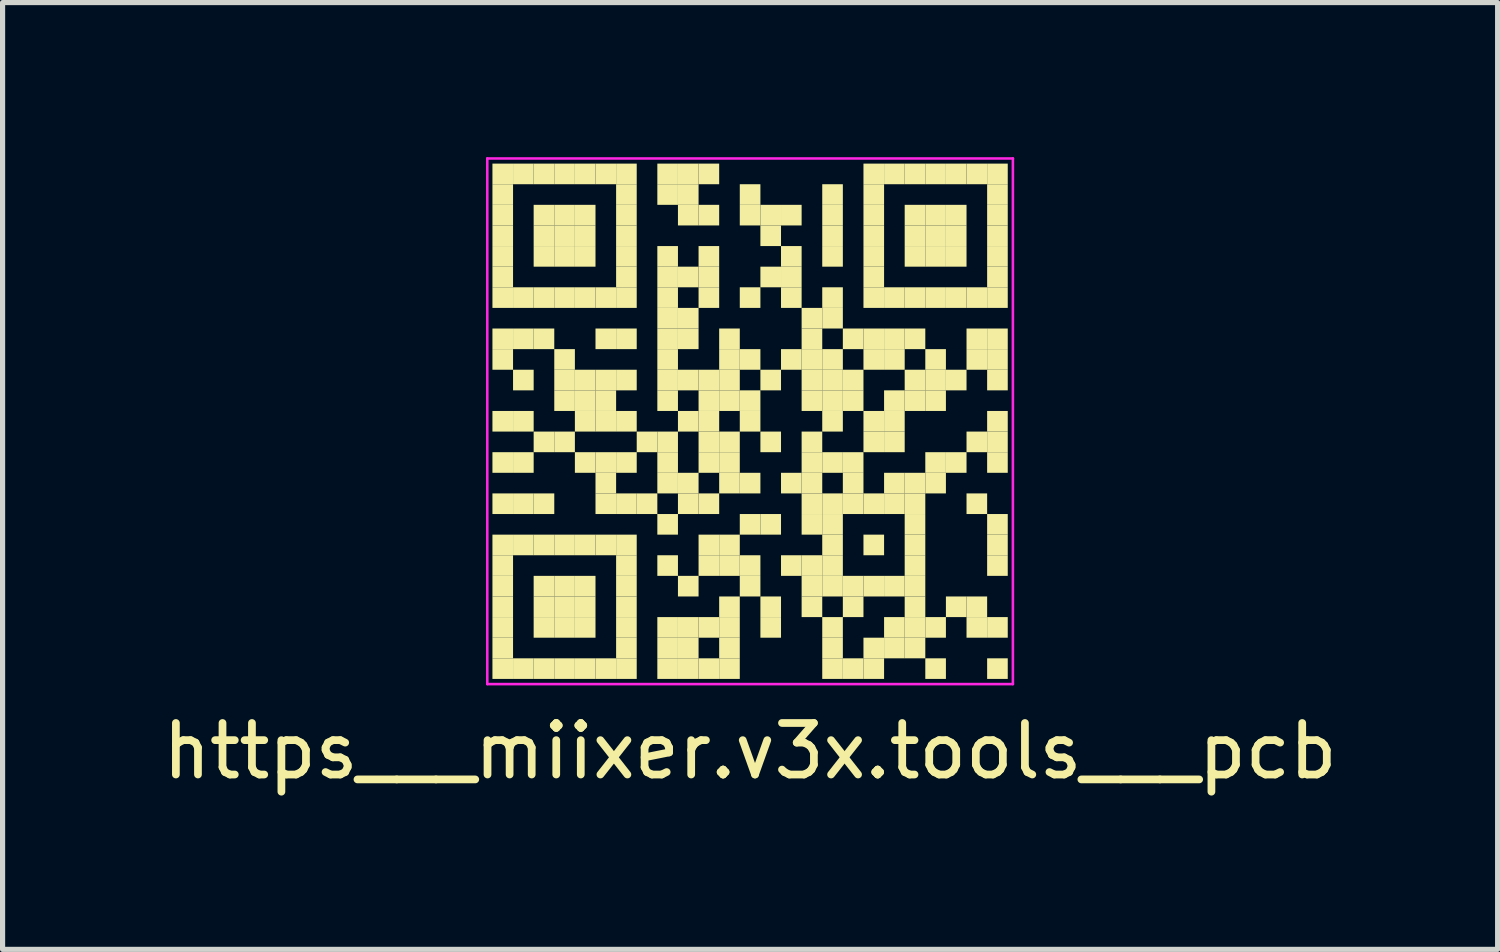
<source format=kicad_pcb>
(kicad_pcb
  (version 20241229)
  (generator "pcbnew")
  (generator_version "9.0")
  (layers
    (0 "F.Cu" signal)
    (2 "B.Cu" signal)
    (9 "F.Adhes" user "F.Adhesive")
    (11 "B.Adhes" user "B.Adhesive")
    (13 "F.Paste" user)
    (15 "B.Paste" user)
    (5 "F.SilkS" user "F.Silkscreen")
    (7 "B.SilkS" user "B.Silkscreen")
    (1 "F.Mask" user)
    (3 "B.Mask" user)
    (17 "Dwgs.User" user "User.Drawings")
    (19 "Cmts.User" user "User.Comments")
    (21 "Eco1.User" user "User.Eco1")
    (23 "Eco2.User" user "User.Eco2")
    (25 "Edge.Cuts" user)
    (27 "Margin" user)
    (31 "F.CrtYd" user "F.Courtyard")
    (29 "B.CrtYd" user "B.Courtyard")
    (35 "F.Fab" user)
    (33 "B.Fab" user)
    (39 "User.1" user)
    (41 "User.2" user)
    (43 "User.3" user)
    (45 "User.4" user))
  (footprint "https___miixer.v3x.tools___pcb"
    (layer "F.Cu")
    (at 11.506 5.125)
    (property "Reference" "https___miixer.v3x.tools___pcb" (at 0 6.4 0) (layer "F.SilkS") (effects (font (size 1 1) (thickness 0.15))))
    (fp_rect (start -5 -5) (end -4.6 -4.6) (stroke (width 0) (type default)) (fill yes) (layer "F.SilkS"))
    (fp_rect (start -5 -4.6) (end -4.6 -4.2) (stroke (width 0) (type default)) (fill yes) (layer "F.SilkS"))
    (fp_rect (start -5 -4.2) (end -4.6 -3.8) (stroke (width 0) (type default)) (fill yes) (layer "F.SilkS"))
    (fp_rect (start -5 -3.8) (end -4.6 -3.4) (stroke (width 0) (type default)) (fill yes) (layer "F.SilkS"))
    (fp_rect (start -5 -3.4) (end -4.6 -3) (stroke (width 0) (type default)) (fill yes) (layer "F.SilkS"))
    (fp_rect (start -5 -3) (end -4.6 -2.6) (stroke (width 0) (type default)) (fill yes) (layer "F.SilkS"))
    (fp_rect (start -5 -2.6) (end -4.6 -2.2) (stroke (width 0) (type default)) (fill yes) (layer "F.SilkS"))
    (fp_rect (start -5 -1.8) (end -4.6 -1.4) (stroke (width 0) (type default)) (fill yes) (layer "F.SilkS"))
    (fp_rect (start -5 -1.4) (end -4.6 -1) (stroke (width 0) (type default)) (fill yes) (layer "F.SilkS"))
    (fp_rect (start -5 -0.2) (end -4.6 0.2) (stroke (width 0) (type default)) (fill yes) (layer "F.SilkS"))
    (fp_rect (start -5 0.6) (end -4.6 1) (stroke (width 0) (type default)) (fill yes) (layer "F.SilkS"))
    (fp_rect (start -5 1.4) (end -4.6 1.8) (stroke (width 0) (type default)) (fill yes) (layer "F.SilkS"))
    (fp_rect (start -5 2.2) (end -4.6 2.6) (stroke (width 0) (type default)) (fill yes) (layer "F.SilkS"))
    (fp_rect (start -5 2.6) (end -4.6 3) (stroke (width 0) (type default)) (fill yes) (layer "F.SilkS"))
    (fp_rect (start -5 3) (end -4.6 3.4) (stroke (width 0) (type default)) (fill yes) (layer "F.SilkS"))
    (fp_rect (start -5 3.4) (end -4.6 3.8) (stroke (width 0) (type default)) (fill yes) (layer "F.SilkS"))
    (fp_rect (start -5 3.8) (end -4.6 4.2) (stroke (width 0) (type default)) (fill yes) (layer "F.SilkS"))
    (fp_rect (start -5 4.2) (end -4.6 4.6) (stroke (width 0) (type default)) (fill yes) (layer "F.SilkS"))
    (fp_rect (start -5 4.6) (end -4.6 5) (stroke (width 0) (type default)) (fill yes) (layer "F.SilkS"))
    (fp_rect (start -4.6 -5) (end -4.2 -4.6) (stroke (width 0) (type default)) (fill yes) (layer "F.SilkS"))
    (fp_rect (start -4.6 -2.6) (end -4.2 -2.2) (stroke (width 0) (type default)) (fill yes) (layer "F.SilkS"))
    (fp_rect (start -4.6 -1.8) (end -4.2 -1.4) (stroke (width 0) (type default)) (fill yes) (layer "F.SilkS"))
    (fp_rect (start -4.6 -1) (end -4.2 -0.6) (stroke (width 0) (type default)) (fill yes) (layer "F.SilkS"))
    (fp_rect (start -4.6 -0.2) (end -4.2 0.2) (stroke (width 0) (type default)) (fill yes) (layer "F.SilkS"))
    (fp_rect (start -4.6 0.6) (end -4.2 1) (stroke (width 0) (type default)) (fill yes) (layer "F.SilkS"))
    (fp_rect (start -4.6 1.4) (end -4.2 1.8) (stroke (width 0) (type default)) (fill yes) (layer "F.SilkS"))
    (fp_rect (start -4.6 2.2) (end -4.2 2.6) (stroke (width 0) (type default)) (fill yes) (layer "F.SilkS"))
    (fp_rect (start -4.6 4.6) (end -4.2 5) (stroke (width 0) (type default)) (fill yes) (layer "F.SilkS"))
    (fp_rect (start -4.2 -5) (end -3.8 -4.6) (stroke (width 0) (type default)) (fill yes) (layer "F.SilkS"))
    (fp_rect (start -4.2 -4.2) (end -3.8 -3.8) (stroke (width 0) (type default)) (fill yes) (layer "F.SilkS"))
    (fp_rect (start -4.2 -3.8) (end -3.8 -3.4) (stroke (width 0) (type default)) (fill yes) (layer "F.SilkS"))
    (fp_rect (start -4.2 -3.4) (end -3.8 -3) (stroke (width 0) (type default)) (fill yes) (layer "F.SilkS"))
    (fp_rect (start -4.2 -2.6) (end -3.8 -2.2) (stroke (width 0) (type default)) (fill yes) (layer "F.SilkS"))
    (fp_rect (start -4.2 -1.8) (end -3.8 -1.4) (stroke (width 0) (type default)) (fill yes) (layer "F.SilkS"))
    (fp_rect (start -4.2 0.2) (end -3.8 0.6) (stroke (width 0) (type default)) (fill yes) (layer "F.SilkS"))
    (fp_rect (start -4.2 1.4) (end -3.8 1.8) (stroke (width 0) (type default)) (fill yes) (layer "F.SilkS"))
    (fp_rect (start -4.2 2.2) (end -3.8 2.6) (stroke (width 0) (type default)) (fill yes) (layer "F.SilkS"))
    (fp_rect (start -4.2 3) (end -3.8 3.4) (stroke (width 0) (type default)) (fill yes) (layer "F.SilkS"))
    (fp_rect (start -4.2 3.4) (end -3.8 3.8) (stroke (width 0) (type default)) (fill yes) (layer "F.SilkS"))
    (fp_rect (start -4.2 3.8) (end -3.8 4.2) (stroke (width 0) (type default)) (fill yes) (layer "F.SilkS"))
    (fp_rect (start -4.2 4.6) (end -3.8 5) (stroke (width 0) (type default)) (fill yes) (layer "F.SilkS"))
    (fp_rect (start -3.8 -5) (end -3.4 -4.6) (stroke (width 0) (type default)) (fill yes) (layer "F.SilkS"))
    (fp_rect (start -3.8 -4.2) (end -3.4 -3.8) (stroke (width 0) (type default)) (fill yes) (layer "F.SilkS"))
    (fp_rect (start -3.8 -3.8) (end -3.4 -3.4) (stroke (width 0) (type default)) (fill yes) (layer "F.SilkS"))
    (fp_rect (start -3.8 -3.4) (end -3.4 -3) (stroke (width 0) (type default)) (fill yes) (layer "F.SilkS"))
    (fp_rect (start -3.8 -2.6) (end -3.4 -2.2) (stroke (width 0) (type default)) (fill yes) (layer "F.SilkS"))
    (fp_rect (start -3.8 -1.4) (end -3.4 -1) (stroke (width 0) (type default)) (fill yes) (layer "F.SilkS"))
    (fp_rect (start -3.8 -1) (end -3.4 -0.6) (stroke (width 0) (type default)) (fill yes) (layer "F.SilkS"))
    (fp_rect (start -3.8 -0.6) (end -3.4 -0.2) (stroke (width 0) (type default)) (fill yes) (layer "F.SilkS"))
    (fp_rect (start -3.8 0.2) (end -3.4 0.6) (stroke (width 0) (type default)) (fill yes) (layer "F.SilkS"))
    (fp_rect (start -3.8 2.2) (end -3.4 2.6) (stroke (width 0) (type default)) (fill yes) (layer "F.SilkS"))
    (fp_rect (start -3.8 3) (end -3.4 3.4) (stroke (width 0) (type default)) (fill yes) (layer "F.SilkS"))
    (fp_rect (start -3.8 3.4) (end -3.4 3.8) (stroke (width 0) (type default)) (fill yes) (layer "F.SilkS"))
    (fp_rect (start -3.8 3.8) (end -3.4 4.2) (stroke (width 0) (type default)) (fill yes) (layer "F.SilkS"))
    (fp_rect (start -3.8 4.6) (end -3.4 5) (stroke (width 0) (type default)) (fill yes) (layer "F.SilkS"))
    (fp_rect (start -3.4 -5) (end -3 -4.6) (stroke (width 0) (type default)) (fill yes) (layer "F.SilkS"))
    (fp_rect (start -3.4 -4.2) (end -3 -3.8) (stroke (width 0) (type default)) (fill yes) (layer "F.SilkS"))
    (fp_rect (start -3.4 -3.8) (end -3 -3.4) (stroke (width 0) (type default)) (fill yes) (layer "F.SilkS"))
    (fp_rect (start -3.4 -3.4) (end -3 -3) (stroke (width 0) (type default)) (fill yes) (layer "F.SilkS"))
    (fp_rect (start -3.4 -2.6) (end -3 -2.2) (stroke (width 0) (type default)) (fill yes) (layer "F.SilkS"))
    (fp_rect (start -3.4 -1) (end -3 -0.6) (stroke (width 0) (type default)) (fill yes) (layer "F.SilkS"))
    (fp_rect (start -3.4 -0.6) (end -3 -0.2) (stroke (width 0) (type default)) (fill yes) (layer "F.SilkS"))
    (fp_rect (start -3.4 -0.2) (end -3 0.2) (stroke (width 0) (type default)) (fill yes) (layer "F.SilkS"))
    (fp_rect (start -3.4 0.6) (end -3 1) (stroke (width 0) (type default)) (fill yes) (layer "F.SilkS"))
    (fp_rect (start -3.4 2.2) (end -3 2.6) (stroke (width 0) (type default)) (fill yes) (layer "F.SilkS"))
    (fp_rect (start -3.4 3) (end -3 3.4) (stroke (width 0) (type default)) (fill yes) (layer "F.SilkS"))
    (fp_rect (start -3.4 3.4) (end -3 3.8) (stroke (width 0) (type default)) (fill yes) (layer "F.SilkS"))
    (fp_rect (start -3.4 3.8) (end -3 4.2) (stroke (width 0) (type default)) (fill yes) (layer "F.SilkS"))
    (fp_rect (start -3.4 4.6) (end -3 5) (stroke (width 0) (type default)) (fill yes) (layer "F.SilkS"))
    (fp_rect (start -3 -5) (end -2.6 -4.6) (stroke (width 0) (type default)) (fill yes) (layer "F.SilkS"))
    (fp_rect (start -3 -2.6) (end -2.6 -2.2) (stroke (width 0) (type default)) (fill yes) (layer "F.SilkS"))
    (fp_rect (start -3 -1.8) (end -2.6 -1.4) (stroke (width 0) (type default)) (fill yes) (layer "F.SilkS"))
    (fp_rect (start -3 -1) (end -2.6 -0.6) (stroke (width 0) (type default)) (fill yes) (layer "F.SilkS"))
    (fp_rect (start -3 -0.6) (end -2.6 -0.2) (stroke (width 0) (type default)) (fill yes) (layer "F.SilkS"))
    (fp_rect (start -3 -0.2) (end -2.6 0.2) (stroke (width 0) (type default)) (fill yes) (layer "F.SilkS"))
    (fp_rect (start -3 0.6) (end -2.6 1) (stroke (width 0) (type default)) (fill yes) (layer "F.SilkS"))
    (fp_rect (start -3 1) (end -2.6 1.4) (stroke (width 0) (type default)) (fill yes) (layer "F.SilkS"))
    (fp_rect (start -3 1.4) (end -2.6 1.8) (stroke (width 0) (type default)) (fill yes) (layer "F.SilkS"))
    (fp_rect (start -3 2.2) (end -2.6 2.6) (stroke (width 0) (type default)) (fill yes) (layer "F.SilkS"))
    (fp_rect (start -3 4.6) (end -2.6 5) (stroke (width 0) (type default)) (fill yes) (layer "F.SilkS"))
    (fp_rect (start -2.6 -5) (end -2.2 -4.6) (stroke (width 0) (type default)) (fill yes) (layer "F.SilkS"))
    (fp_rect (start -2.6 -4.6) (end -2.2 -4.2) (stroke (width 0) (type default)) (fill yes) (layer "F.SilkS"))
    (fp_rect (start -2.6 -4.2) (end -2.2 -3.8) (stroke (width 0) (type default)) (fill yes) (layer "F.SilkS"))
    (fp_rect (start -2.6 -3.8) (end -2.2 -3.4) (stroke (width 0) (type default)) (fill yes) (layer "F.SilkS"))
    (fp_rect (start -2.6 -3.4) (end -2.2 -3) (stroke (width 0) (type default)) (fill yes) (layer "F.SilkS"))
    (fp_rect (start -2.6 -3) (end -2.2 -2.6) (stroke (width 0) (type default)) (fill yes) (layer "F.SilkS"))
    (fp_rect (start -2.6 -2.6) (end -2.2 -2.2) (stroke (width 0) (type default)) (fill yes) (layer "F.SilkS"))
    (fp_rect (start -2.6 -1.8) (end -2.2 -1.4) (stroke (width 0) (type default)) (fill yes) (layer "F.SilkS"))
    (fp_rect (start -2.6 -1) (end -2.2 -0.6) (stroke (width 0) (type default)) (fill yes) (layer "F.SilkS"))
    (fp_rect (start -2.6 -0.2) (end -2.2 0.2) (stroke (width 0) (type default)) (fill yes) (layer "F.SilkS"))
    (fp_rect (start -2.6 0.6) (end -2.2 1) (stroke (width 0) (type default)) (fill yes) (layer "F.SilkS"))
    (fp_rect (start -2.6 1.4) (end -2.2 1.8) (stroke (width 0) (type default)) (fill yes) (layer "F.SilkS"))
    (fp_rect (start -2.6 2.2) (end -2.2 2.6) (stroke (width 0) (type default)) (fill yes) (layer "F.SilkS"))
    (fp_rect (start -2.6 2.6) (end -2.2 3) (stroke (width 0) (type default)) (fill yes) (layer "F.SilkS"))
    (fp_rect (start -2.6 3) (end -2.2 3.4) (stroke (width 0) (type default)) (fill yes) (layer "F.SilkS"))
    (fp_rect (start -2.6 3.4) (end -2.2 3.8) (stroke (width 0) (type default)) (fill yes) (layer "F.SilkS"))
    (fp_rect (start -2.6 3.8) (end -2.2 4.2) (stroke (width 0) (type default)) (fill yes) (layer "F.SilkS"))
    (fp_rect (start -2.6 4.2) (end -2.2 4.6) (stroke (width 0) (type default)) (fill yes) (layer "F.SilkS"))
    (fp_rect (start -2.6 4.6) (end -2.2 5) (stroke (width 0) (type default)) (fill yes) (layer "F.SilkS"))
    (fp_rect (start -2.2 0.2) (end -1.8 0.6) (stroke (width 0) (type default)) (fill yes) (layer "F.SilkS"))
    (fp_rect (start -2.2 1.4) (end -1.8 1.8) (stroke (width 0) (type default)) (fill yes) (layer "F.SilkS"))
    (fp_rect (start -1.8 -5) (end -1.4 -4.6) (stroke (width 0) (type default)) (fill yes) (layer "F.SilkS"))
    (fp_rect (start -1.8 -4.6) (end -1.4 -4.2) (stroke (width 0) (type default)) (fill yes) (layer "F.SilkS"))
    (fp_rect (start -1.8 -3.4) (end -1.4 -3) (stroke (width 0) (type default)) (fill yes) (layer "F.SilkS"))
    (fp_rect (start -1.8 -3) (end -1.4 -2.6) (stroke (width 0) (type default)) (fill yes) (layer "F.SilkS"))
    (fp_rect (start -1.8 -2.6) (end -1.4 -2.2) (stroke (width 0) (type default)) (fill yes) (layer "F.SilkS"))
    (fp_rect (start -1.8 -2.2) (end -1.4 -1.8) (stroke (width 0) (type default)) (fill yes) (layer "F.SilkS"))
    (fp_rect (start -1.8 -1.8) (end -1.4 -1.4) (stroke (width 0) (type default)) (fill yes) (layer "F.SilkS"))
    (fp_rect (start -1.8 -1.4) (end -1.4 -1) (stroke (width 0) (type default)) (fill yes) (layer "F.SilkS"))
    (fp_rect (start -1.8 -1) (end -1.4 -0.6) (stroke (width 0) (type default)) (fill yes) (layer "F.SilkS"))
    (fp_rect (start -1.8 -0.6) (end -1.4 -0.2) (stroke (width 0) (type default)) (fill yes) (layer "F.SilkS"))
    (fp_rect (start -1.8 0.2) (end -1.4 0.6) (stroke (width 0) (type default)) (fill yes) (layer "F.SilkS"))
    (fp_rect (start -1.8 0.6) (end -1.4 1) (stroke (width 0) (type default)) (fill yes) (layer "F.SilkS"))
    (fp_rect (start -1.8 1) (end -1.4 1.4) (stroke (width 0) (type default)) (fill yes) (layer "F.SilkS"))
    (fp_rect (start -1.8 1.8) (end -1.4 2.2) (stroke (width 0) (type default)) (fill yes) (layer "F.SilkS"))
    (fp_rect (start -1.8 2.6) (end -1.4 3) (stroke (width 0) (type default)) (fill yes) (layer "F.SilkS"))
    (fp_rect (start -1.8 3.8) (end -1.4 4.2) (stroke (width 0) (type default)) (fill yes) (layer "F.SilkS"))
    (fp_rect (start -1.8 4.2) (end -1.4 4.6) (stroke (width 0) (type default)) (fill yes) (layer "F.SilkS"))
    (fp_rect (start -1.8 4.6) (end -1.4 5) (stroke (width 0) (type default)) (fill yes) (layer "F.SilkS"))
    (fp_rect (start -1.4 -5) (end -1 -4.6) (stroke (width 0) (type default)) (fill yes) (layer "F.SilkS"))
    (fp_rect (start -1.4 -4.6) (end -1 -4.2) (stroke (width 0) (type default)) (fill yes) (layer "F.SilkS"))
    (fp_rect (start -1.4 -4.2) (end -1 -3.8) (stroke (width 0) (type default)) (fill yes) (layer "F.SilkS"))
    (fp_rect (start -1.4 -3) (end -1 -2.6) (stroke (width 0) (type default)) (fill yes) (layer "F.SilkS"))
    (fp_rect (start -1.4 -2.2) (end -1 -1.8) (stroke (width 0) (type default)) (fill yes) (layer "F.SilkS"))
    (fp_rect (start -1.4 -1.8) (end -1 -1.4) (stroke (width 0) (type default)) (fill yes) (layer "F.SilkS"))
    (fp_rect (start -1.4 -1) (end -1 -0.6) (stroke (width 0) (type default)) (fill yes) (layer "F.SilkS"))
    (fp_rect (start -1.4 -0.2) (end -1 0.2) (stroke (width 0) (type default)) (fill yes) (layer "F.SilkS"))
    (fp_rect (start -1.4 1) (end -1 1.4) (stroke (width 0) (type default)) (fill yes) (layer "F.SilkS"))
    (fp_rect (start -1.4 1.4) (end -1 1.8) (stroke (width 0) (type default)) (fill yes) (layer "F.SilkS"))
    (fp_rect (start -1.4 3) (end -1 3.4) (stroke (width 0) (type default)) (fill yes) (layer "F.SilkS"))
    (fp_rect (start -1.4 3.8) (end -1 4.2) (stroke (width 0) (type default)) (fill yes) (layer "F.SilkS"))
    (fp_rect (start -1.4 4.2) (end -1 4.6) (stroke (width 0) (type default)) (fill yes) (layer "F.SilkS"))
    (fp_rect (start -1.4 4.6) (end -1 5) (stroke (width 0) (type default)) (fill yes) (layer "F.SilkS"))
    (fp_rect (start -1 -5) (end -0.6 -4.6) (stroke (width 0) (type default)) (fill yes) (layer "F.SilkS"))
    (fp_rect (start -1 -4.2) (end -0.6 -3.8) (stroke (width 0) (type default)) (fill yes) (layer "F.SilkS"))
    (fp_rect (start -1 -3.4) (end -0.6 -3) (stroke (width 0) (type default)) (fill yes) (layer "F.SilkS"))
    (fp_rect (start -1 -3) (end -0.6 -2.6) (stroke (width 0) (type default)) (fill yes) (layer "F.SilkS"))
    (fp_rect (start -1 -2.6) (end -0.6 -2.2) (stroke (width 0) (type default)) (fill yes) (layer "F.SilkS"))
    (fp_rect (start -1 -1) (end -0.6 -0.6) (stroke (width 0) (type default)) (fill yes) (layer "F.SilkS"))
    (fp_rect (start -1 -0.6) (end -0.6 -0.2) (stroke (width 0) (type default)) (fill yes) (layer "F.SilkS"))
    (fp_rect (start -1 -0.2) (end -0.6 0.2) (stroke (width 0) (type default)) (fill yes) (layer "F.SilkS"))
    (fp_rect (start -1 0.2) (end -0.6 0.6) (stroke (width 0) (type default)) (fill yes) (layer "F.SilkS"))
    (fp_rect (start -1 0.6) (end -0.6 1) (stroke (width 0) (type default)) (fill yes) (layer "F.SilkS"))
    (fp_rect (start -1 1.4) (end -0.6 1.8) (stroke (width 0) (type default)) (fill yes) (layer "F.SilkS"))
    (fp_rect (start -1 2.2) (end -0.6 2.6) (stroke (width 0) (type default)) (fill yes) (layer "F.SilkS"))
    (fp_rect (start -1 2.6) (end -0.6 3) (stroke (width 0) (type default)) (fill yes) (layer "F.SilkS"))
    (fp_rect (start -1 3.8) (end -0.6 4.2) (stroke (width 0) (type default)) (fill yes) (layer "F.SilkS"))
    (fp_rect (start -1 4.6) (end -0.6 5) (stroke (width 0) (type default)) (fill yes) (layer "F.SilkS"))
    (fp_rect (start -0.6 -1.8) (end -0.2 -1.4) (stroke (width 0) (type default)) (fill yes) (layer "F.SilkS"))
    (fp_rect (start -0.6 -1.4) (end -0.2 -1) (stroke (width 0) (type default)) (fill yes) (layer "F.SilkS"))
    (fp_rect (start -0.6 -1) (end -0.2 -0.6) (stroke (width 0) (type default)) (fill yes) (layer "F.SilkS"))
    (fp_rect (start -0.6 -0.6) (end -0.2 -0.2) (stroke (width 0) (type default)) (fill yes) (layer "F.SilkS"))
    (fp_rect (start -0.6 0.2) (end -0.2 0.6) (stroke (width 0) (type default)) (fill yes) (layer "F.SilkS"))
    (fp_rect (start -0.6 0.6) (end -0.2 1) (stroke (width 0) (type default)) (fill yes) (layer "F.SilkS"))
    (fp_rect (start -0.6 1) (end -0.2 1.4) (stroke (width 0) (type default)) (fill yes) (layer "F.SilkS"))
    (fp_rect (start -0.6 2.2) (end -0.2 2.6) (stroke (width 0) (type default)) (fill yes) (layer "F.SilkS"))
    (fp_rect (start -0.6 2.6) (end -0.2 3) (stroke (width 0) (type default)) (fill yes) (layer "F.SilkS"))
    (fp_rect (start -0.6 3.4) (end -0.2 3.8) (stroke (width 0) (type default)) (fill yes) (layer "F.SilkS"))
    (fp_rect (start -0.6 3.8) (end -0.2 4.2) (stroke (width 0) (type default)) (fill yes) (layer "F.SilkS"))
    (fp_rect (start -0.6 4.2) (end -0.2 4.6) (stroke (width 0) (type default)) (fill yes) (layer "F.SilkS"))
    (fp_rect (start -0.6 4.6) (end -0.2 5) (stroke (width 0) (type default)) (fill yes) (layer "F.SilkS"))
    (fp_rect (start -0.2 -4.6) (end 0.2 -4.2) (stroke (width 0) (type default)) (fill yes) (layer "F.SilkS"))
    (fp_rect (start -0.2 -4.2) (end 0.2 -3.8) (stroke (width 0) (type default)) (fill yes) (layer "F.SilkS"))
    (fp_rect (start -0.2 -2.6) (end 0.2 -2.2) (stroke (width 0) (type default)) (fill yes) (layer "F.SilkS"))
    (fp_rect (start -0.2 -1.4) (end 0.2 -1) (stroke (width 0) (type default)) (fill yes) (layer "F.SilkS"))
    (fp_rect (start -0.2 -0.6) (end 0.2 -0.2) (stroke (width 0) (type default)) (fill yes) (layer "F.SilkS"))
    (fp_rect (start -0.2 -0.2) (end 0.2 0.2) (stroke (width 0) (type default)) (fill yes) (layer "F.SilkS"))
    (fp_rect (start -0.2 1) (end 0.2 1.4) (stroke (width 0) (type default)) (fill yes) (layer "F.SilkS"))
    (fp_rect (start -0.2 1.8) (end 0.2 2.2) (stroke (width 0) (type default)) (fill yes) (layer "F.SilkS"))
    (fp_rect (start -0.2 2.6) (end 0.2 3) (stroke (width 0) (type default)) (fill yes) (layer "F.SilkS"))
    (fp_rect (start -0.2 3) (end 0.2 3.4) (stroke (width 0) (type default)) (fill yes) (layer "F.SilkS"))
    (fp_rect (start 0.2 -4.2) (end 0.6 -3.8) (stroke (width 0) (type default)) (fill yes) (layer "F.SilkS"))
    (fp_rect (start 0.2 -3.8) (end 0.6 -3.4) (stroke (width 0) (type default)) (fill yes) (layer "F.SilkS"))
    (fp_rect (start 0.2 -3) (end 0.6 -2.6) (stroke (width 0) (type default)) (fill yes) (layer "F.SilkS"))
    (fp_rect (start 0.2 -1) (end 0.6 -0.6) (stroke (width 0) (type default)) (fill yes) (layer "F.SilkS"))
    (fp_rect (start 0.2 0.2) (end 0.6 0.6) (stroke (width 0) (type default)) (fill yes) (layer "F.SilkS"))
    (fp_rect (start 0.2 1.8) (end 0.6 2.2) (stroke (width 0) (type default)) (fill yes) (layer "F.SilkS"))
    (fp_rect (start 0.2 3.4) (end 0.6 3.8) (stroke (width 0) (type default)) (fill yes) (layer "F.SilkS"))
    (fp_rect (start 0.2 3.8) (end 0.6 4.2) (stroke (width 0) (type default)) (fill yes) (layer "F.SilkS"))
    (fp_rect (start 0.6 -4.2) (end 1 -3.8) (stroke (width 0) (type default)) (fill yes) (layer "F.SilkS"))
    (fp_rect (start 0.6 -3.4) (end 1 -3) (stroke (width 0) (type default)) (fill yes) (layer "F.SilkS"))
    (fp_rect (start 0.6 -3) (end 1 -2.6) (stroke (width 0) (type default)) (fill yes) (layer "F.SilkS"))
    (fp_rect (start 0.6 -2.6) (end 1 -2.2) (stroke (width 0) (type default)) (fill yes) (layer "F.SilkS"))
    (fp_rect (start 0.6 -1.4) (end 1 -1) (stroke (width 0) (type default)) (fill yes) (layer "F.SilkS"))
    (fp_rect (start 0.6 1) (end 1 1.4) (stroke (width 0) (type default)) (fill yes) (layer "F.SilkS"))
    (fp_rect (start 0.6 2.6) (end 1 3) (stroke (width 0) (type default)) (fill yes) (layer "F.SilkS"))
    (fp_rect (start 1 -2.2) (end 1.4 -1.8) (stroke (width 0) (type default)) (fill yes) (layer "F.SilkS"))
    (fp_rect (start 1 -1.8) (end 1.4 -1.4) (stroke (width 0) (type default)) (fill yes) (layer "F.SilkS"))
    (fp_rect (start 1 -1.4) (end 1.4 -1) (stroke (width 0) (type default)) (fill yes) (layer "F.SilkS"))
    (fp_rect (start 1 -1) (end 1.4 -0.6) (stroke (width 0) (type default)) (fill yes) (layer "F.SilkS"))
    (fp_rect (start 1 -0.6) (end 1.4 -0.2) (stroke (width 0) (type default)) (fill yes) (layer "F.SilkS"))
    (fp_rect (start 1 0.2) (end 1.4 0.6) (stroke (width 0) (type default)) (fill yes) (layer "F.SilkS"))
    (fp_rect (start 1 0.6) (end 1.4 1) (stroke (width 0) (type default)) (fill yes) (layer "F.SilkS"))
    (fp_rect (start 1 1) (end 1.4 1.4) (stroke (width 0) (type default)) (fill yes) (layer "F.SilkS"))
    (fp_rect (start 1 1.4) (end 1.4 1.8) (stroke (width 0) (type default)) (fill yes) (layer "F.SilkS"))
    (fp_rect (start 1 1.8) (end 1.4 2.2) (stroke (width 0) (type default)) (fill yes) (layer "F.SilkS"))
    (fp_rect (start 1 2.6) (end 1.4 3) (stroke (width 0) (type default)) (fill yes) (layer "F.SilkS"))
    (fp_rect (start 1 3) (end 1.4 3.4) (stroke (width 0) (type default)) (fill yes) (layer "F.SilkS"))
    (fp_rect (start 1 3.4) (end 1.4 3.8) (stroke (width 0) (type default)) (fill yes) (layer "F.SilkS"))
    (fp_rect (start 1.4 -4.6) (end 1.8 -4.2) (stroke (width 0) (type default)) (fill yes) (layer "F.SilkS"))
    (fp_rect (start 1.4 -4.2) (end 1.8 -3.8) (stroke (width 0) (type default)) (fill yes) (layer "F.SilkS"))
    (fp_rect (start 1.4 -3.8) (end 1.8 -3.4) (stroke (width 0) (type default)) (fill yes) (layer "F.SilkS"))
    (fp_rect (start 1.4 -3.4) (end 1.8 -3) (stroke (width 0) (type default)) (fill yes) (layer "F.SilkS"))
    (fp_rect (start 1.4 -2.6) (end 1.8 -2.2) (stroke (width 0) (type default)) (fill yes) (layer "F.SilkS"))
    (fp_rect (start 1.4 -2.2) (end 1.8 -1.8) (stroke (width 0) (type default)) (fill yes) (layer "F.SilkS"))
    (fp_rect (start 1.4 -1.4) (end 1.8 -1) (stroke (width 0) (type default)) (fill yes) (layer "F.SilkS"))
    (fp_rect (start 1.4 -1) (end 1.8 -0.6) (stroke (width 0) (type default)) (fill yes) (layer "F.SilkS"))
    (fp_rect (start 1.4 -0.6) (end 1.8 -0.2) (stroke (width 0) (type default)) (fill yes) (layer "F.SilkS"))
    (fp_rect (start 1.4 -0.2) (end 1.8 0.2) (stroke (width 0) (type default)) (fill yes) (layer "F.SilkS"))
    (fp_rect (start 1.4 0.6) (end 1.8 1) (stroke (width 0) (type default)) (fill yes) (layer "F.SilkS"))
    (fp_rect (start 1.4 1.4) (end 1.8 1.8) (stroke (width 0) (type default)) (fill yes) (layer "F.SilkS"))
    (fp_rect (start 1.4 1.8) (end 1.8 2.2) (stroke (width 0) (type default)) (fill yes) (layer "F.SilkS"))
    (fp_rect (start 1.4 2.2) (end 1.8 2.6) (stroke (width 0) (type default)) (fill yes) (layer "F.SilkS"))
    (fp_rect (start 1.4 2.6) (end 1.8 3) (stroke (width 0) (type default)) (fill yes) (layer "F.SilkS"))
    (fp_rect (start 1.4 3) (end 1.8 3.4) (stroke (width 0) (type default)) (fill yes) (layer "F.SilkS"))
    (fp_rect (start 1.4 3.8) (end 1.8 4.2) (stroke (width 0) (type default)) (fill yes) (layer "F.SilkS"))
    (fp_rect (start 1.4 4.2) (end 1.8 4.6) (stroke (width 0) (type default)) (fill yes) (layer "F.SilkS"))
    (fp_rect (start 1.4 4.6) (end 1.8 5) (stroke (width 0) (type default)) (fill yes) (layer "F.SilkS"))
    (fp_rect (start 1.8 -1.8) (end 2.2 -1.4) (stroke (width 0) (type default)) (fill yes) (layer "F.SilkS"))
    (fp_rect (start 1.8 -1) (end 2.2 -0.6) (stroke (width 0) (type default)) (fill yes) (layer "F.SilkS"))
    (fp_rect (start 1.8 -0.6) (end 2.2 -0.2) (stroke (width 0) (type default)) (fill yes) (layer "F.SilkS"))
    (fp_rect (start 1.8 0.6) (end 2.2 1) (stroke (width 0) (type default)) (fill yes) (layer "F.SilkS"))
    (fp_rect (start 1.8 1) (end 2.2 1.4) (stroke (width 0) (type default)) (fill yes) (layer "F.SilkS"))
    (fp_rect (start 1.8 1.4) (end 2.2 1.8) (stroke (width 0) (type default)) (fill yes) (layer "F.SilkS"))
    (fp_rect (start 1.8 3) (end 2.2 3.4) (stroke (width 0) (type default)) (fill yes) (layer "F.SilkS"))
    (fp_rect (start 1.8 3.4) (end 2.2 3.8) (stroke (width 0) (type default)) (fill yes) (layer "F.SilkS"))
    (fp_rect (start 1.8 4.6) (end 2.2 5) (stroke (width 0) (type default)) (fill yes) (layer "F.SilkS"))
    (fp_rect (start 2.2 -5) (end 2.6 -4.6) (stroke (width 0) (type default)) (fill yes) (layer "F.SilkS"))
    (fp_rect (start 2.2 -4.6) (end 2.6 -4.2) (stroke (width 0) (type default)) (fill yes) (layer "F.SilkS"))
    (fp_rect (start 2.2 -4.2) (end 2.6 -3.8) (stroke (width 0) (type default)) (fill yes) (layer "F.SilkS"))
    (fp_rect (start 2.2 -3.8) (end 2.6 -3.4) (stroke (width 0) (type default)) (fill yes) (layer "F.SilkS"))
    (fp_rect (start 2.2 -3.4) (end 2.6 -3) (stroke (width 0) (type default)) (fill yes) (layer "F.SilkS"))
    (fp_rect (start 2.2 -3) (end 2.6 -2.6) (stroke (width 0) (type default)) (fill yes) (layer "F.SilkS"))
    (fp_rect (start 2.2 -2.6) (end 2.6 -2.2) (stroke (width 0) (type default)) (fill yes) (layer "F.SilkS"))
    (fp_rect (start 2.2 -1.8) (end 2.6 -1.4) (stroke (width 0) (type default)) (fill yes) (layer "F.SilkS"))
    (fp_rect (start 2.2 -1.4) (end 2.6 -1) (stroke (width 0) (type default)) (fill yes) (layer "F.SilkS"))
    (fp_rect (start 2.2 -0.2) (end 2.6 0.2) (stroke (width 0) (type default)) (fill yes) (layer "F.SilkS"))
    (fp_rect (start 2.2 0.2) (end 2.6 0.6) (stroke (width 0) (type default)) (fill yes) (layer "F.SilkS"))
    (fp_rect (start 2.2 1.4) (end 2.6 1.8) (stroke (width 0) (type default)) (fill yes) (layer "F.SilkS"))
    (fp_rect (start 2.2 2.2) (end 2.6 2.6) (stroke (width 0) (type default)) (fill yes) (layer "F.SilkS"))
    (fp_rect (start 2.2 3) (end 2.6 3.4) (stroke (width 0) (type default)) (fill yes) (layer "F.SilkS"))
    (fp_rect (start 2.2 4.2) (end 2.6 4.6) (stroke (width 0) (type default)) (fill yes) (layer "F.SilkS"))
    (fp_rect (start 2.2 4.6) (end 2.6 5) (stroke (width 0) (type default)) (fill yes) (layer "F.SilkS"))
    (fp_rect (start 2.6 -5) (end 3 -4.6) (stroke (width 0) (type default)) (fill yes) (layer "F.SilkS"))
    (fp_rect (start 2.6 -2.6) (end 3 -2.2) (stroke (width 0) (type default)) (fill yes) (layer "F.SilkS"))
    (fp_rect (start 2.6 -1.8) (end 3 -1.4) (stroke (width 0) (type default)) (fill yes) (layer "F.SilkS"))
    (fp_rect (start 2.6 -1.4) (end 3 -1) (stroke (width 0) (type default)) (fill yes) (layer "F.SilkS"))
    (fp_rect (start 2.6 -0.6) (end 3 -0.2) (stroke (width 0) (type default)) (fill yes) (layer "F.SilkS"))
    (fp_rect (start 2.6 -0.2) (end 3 0.2) (stroke (width 0) (type default)) (fill yes) (layer "F.SilkS"))
    (fp_rect (start 2.6 0.2) (end 3 0.6) (stroke (width 0) (type default)) (fill yes) (layer "F.SilkS"))
    (fp_rect (start 2.6 1) (end 3 1.4) (stroke (width 0) (type default)) (fill yes) (layer "F.SilkS"))
    (fp_rect (start 2.6 1.4) (end 3 1.8) (stroke (width 0) (type default)) (fill yes) (layer "F.SilkS"))
    (fp_rect (start 2.6 3) (end 3 3.4) (stroke (width 0) (type default)) (fill yes) (layer "F.SilkS"))
    (fp_rect (start 2.6 3.8) (end 3 4.2) (stroke (width 0) (type default)) (fill yes) (layer "F.SilkS"))
    (fp_rect (start 2.6 4.2) (end 3 4.6) (stroke (width 0) (type default)) (fill yes) (layer "F.SilkS"))
    (fp_rect (start 3 -5) (end 3.4 -4.6) (stroke (width 0) (type default)) (fill yes) (layer "F.SilkS"))
    (fp_rect (start 3 -4.2) (end 3.4 -3.8) (stroke (width 0) (type default)) (fill yes) (layer "F.SilkS"))
    (fp_rect (start 3 -3.8) (end 3.4 -3.4) (stroke (width 0) (type default)) (fill yes) (layer "F.SilkS"))
    (fp_rect (start 3 -3.4) (end 3.4 -3) (stroke (width 0) (type default)) (fill yes) (layer "F.SilkS"))
    (fp_rect (start 3 -2.6) (end 3.4 -2.2) (stroke (width 0) (type default)) (fill yes) (layer "F.SilkS"))
    (fp_rect (start 3 -1.8) (end 3.4 -1.4) (stroke (width 0) (type default)) (fill yes) (layer "F.SilkS"))
    (fp_rect (start 3 -1) (end 3.4 -0.6) (stroke (width 0) (type default)) (fill yes) (layer "F.SilkS"))
    (fp_rect (start 3 -0.6) (end 3.4 -0.2) (stroke (width 0) (type default)) (fill yes) (layer "F.SilkS"))
    (fp_rect (start 3 1) (end 3.4 1.4) (stroke (width 0) (type default)) (fill yes) (layer "F.SilkS"))
    (fp_rect (start 3 1.4) (end 3.4 1.8) (stroke (width 0) (type default)) (fill yes) (layer "F.SilkS"))
    (fp_rect (start 3 1.8) (end 3.4 2.2) (stroke (width 0) (type default)) (fill yes) (layer "F.SilkS"))
    (fp_rect (start 3 2.2) (end 3.4 2.6) (stroke (width 0) (type default)) (fill yes) (layer "F.SilkS"))
    (fp_rect (start 3 2.6) (end 3.4 3) (stroke (width 0) (type default)) (fill yes) (layer "F.SilkS"))
    (fp_rect (start 3 3) (end 3.4 3.4) (stroke (width 0) (type default)) (fill yes) (layer "F.SilkS"))
    (fp_rect (start 3 3.4) (end 3.4 3.8) (stroke (width 0) (type default)) (fill yes) (layer "F.SilkS"))
    (fp_rect (start 3 3.8) (end 3.4 4.2) (stroke (width 0) (type default)) (fill yes) (layer "F.SilkS"))
    (fp_rect (start 3 4.2) (end 3.4 4.6) (stroke (width 0) (type default)) (fill yes) (layer "F.SilkS"))
    (fp_rect (start 3.4 -5) (end 3.8 -4.6) (stroke (width 0) (type default)) (fill yes) (layer "F.SilkS"))
    (fp_rect (start 3.4 -4.2) (end 3.8 -3.8) (stroke (width 0) (type default)) (fill yes) (layer "F.SilkS"))
    (fp_rect (start 3.4 -3.8) (end 3.8 -3.4) (stroke (width 0) (type default)) (fill yes) (layer "F.SilkS"))
    (fp_rect (start 3.4 -3.4) (end 3.8 -3) (stroke (width 0) (type default)) (fill yes) (layer "F.SilkS"))
    (fp_rect (start 3.4 -2.6) (end 3.8 -2.2) (stroke (width 0) (type default)) (fill yes) (layer "F.SilkS"))
    (fp_rect (start 3.4 -1.4) (end 3.8 -1) (stroke (width 0) (type default)) (fill yes) (layer "F.SilkS"))
    (fp_rect (start 3.4 -1) (end 3.8 -0.6) (stroke (width 0) (type default)) (fill yes) (layer "F.SilkS"))
    (fp_rect (start 3.4 -0.6) (end 3.8 -0.2) (stroke (width 0) (type default)) (fill yes) (layer "F.SilkS"))
    (fp_rect (start 3.4 0.6) (end 3.8 1) (stroke (width 0) (type default)) (fill yes) (layer "F.SilkS"))
    (fp_rect (start 3.4 1) (end 3.8 1.4) (stroke (width 0) (type default)) (fill yes) (layer "F.SilkS"))
    (fp_rect (start 3.4 3.8) (end 3.8 4.2) (stroke (width 0) (type default)) (fill yes) (layer "F.SilkS"))
    (fp_rect (start 3.4 4.6) (end 3.8 5) (stroke (width 0) (type default)) (fill yes) (layer "F.SilkS"))
    (fp_rect (start 3.8 -5) (end 4.2 -4.6) (stroke (width 0) (type default)) (fill yes) (layer "F.SilkS"))
    (fp_rect (start 3.8 -4.2) (end 4.2 -3.8) (stroke (width 0) (type default)) (fill yes) (layer "F.SilkS"))
    (fp_rect (start 3.8 -3.8) (end 4.2 -3.4) (stroke (width 0) (type default)) (fill yes) (layer "F.SilkS"))
    (fp_rect (start 3.8 -3.4) (end 4.2 -3) (stroke (width 0) (type default)) (fill yes) (layer "F.SilkS"))
    (fp_rect (start 3.8 -2.6) (end 4.2 -2.2) (stroke (width 0) (type default)) (fill yes) (layer "F.SilkS"))
    (fp_rect (start 3.8 -1) (end 4.2 -0.6) (stroke (width 0) (type default)) (fill yes) (layer "F.SilkS"))
    (fp_rect (start 3.8 0.6) (end 4.2 1) (stroke (width 0) (type default)) (fill yes) (layer "F.SilkS"))
    (fp_rect (start 3.8 3.4) (end 4.2 3.8) (stroke (width 0) (type default)) (fill yes) (layer "F.SilkS"))
    (fp_rect (start 4.2 -5) (end 4.6 -4.6) (stroke (width 0) (type default)) (fill yes) (layer "F.SilkS"))
    (fp_rect (start 4.2 -2.6) (end 4.6 -2.2) (stroke (width 0) (type default)) (fill yes) (layer "F.SilkS"))
    (fp_rect (start 4.2 -1.8) (end 4.6 -1.4) (stroke (width 0) (type default)) (fill yes) (layer "F.SilkS"))
    (fp_rect (start 4.2 -1.4) (end 4.6 -1) (stroke (width 0) (type default)) (fill yes) (layer "F.SilkS"))
    (fp_rect (start 4.2 0.2) (end 4.6 0.6) (stroke (width 0) (type default)) (fill yes) (layer "F.SilkS"))
    (fp_rect (start 4.2 1.4) (end 4.6 1.8) (stroke (width 0) (type default)) (fill yes) (layer "F.SilkS"))
    (fp_rect (start 4.2 3.4) (end 4.6 3.8) (stroke (width 0) (type default)) (fill yes) (layer "F.SilkS"))
    (fp_rect (start 4.2 3.8) (end 4.6 4.2) (stroke (width 0) (type default)) (fill yes) (layer "F.SilkS"))
    (fp_rect (start 4.6 -5) (end 5 -4.6) (stroke (width 0) (type default)) (fill yes) (layer "F.SilkS"))
    (fp_rect (start 4.6 -4.6) (end 5 -4.2) (stroke (width 0) (type default)) (fill yes) (layer "F.SilkS"))
    (fp_rect (start 4.6 -4.2) (end 5 -3.8) (stroke (width 0) (type default)) (fill yes) (layer "F.SilkS"))
    (fp_rect (start 4.6 -3.8) (end 5 -3.4) (stroke (width 0) (type default)) (fill yes) (layer "F.SilkS"))
    (fp_rect (start 4.6 -3.4) (end 5 -3) (stroke (width 0) (type default)) (fill yes) (layer "F.SilkS"))
    (fp_rect (start 4.6 -3) (end 5 -2.6) (stroke (width 0) (type default)) (fill yes) (layer "F.SilkS"))
    (fp_rect (start 4.6 -2.6) (end 5 -2.2) (stroke (width 0) (type default)) (fill yes) (layer "F.SilkS"))
    (fp_rect (start 4.6 -1.8) (end 5 -1.4) (stroke (width 0) (type default)) (fill yes) (layer "F.SilkS"))
    (fp_rect (start 4.6 -1.4) (end 5 -1) (stroke (width 0) (type default)) (fill yes) (layer "F.SilkS"))
    (fp_rect (start 4.6 -1) (end 5 -0.6) (stroke (width 0) (type default)) (fill yes) (layer "F.SilkS"))
    (fp_rect (start 4.6 -0.2) (end 5 0.2) (stroke (width 0) (type default)) (fill yes) (layer "F.SilkS"))
    (fp_rect (start 4.6 0.2) (end 5 0.6) (stroke (width 0) (type default)) (fill yes) (layer "F.SilkS"))
    (fp_rect (start 4.6 0.6) (end 5 1) (stroke (width 0) (type default)) (fill yes) (layer "F.SilkS"))
    (fp_rect (start 4.6 1.8) (end 5 2.2) (stroke (width 0) (type default)) (fill yes) (layer "F.SilkS"))
    (fp_rect (start 4.6 2.2) (end 5 2.6) (stroke (width 0) (type default)) (fill yes) (layer "F.SilkS"))
    (fp_rect (start 4.6 2.6) (end 5 3) (stroke (width 0) (type default)) (fill yes) (layer "F.SilkS"))
    (fp_rect (start 4.6 3.8) (end 5 4.2) (stroke (width 0) (type default)) (fill yes) (layer "F.SilkS"))
    (fp_rect (start 4.6 4.6) (end 5 5) (stroke (width 0) (type default)) (fill yes) (layer "F.SilkS"))
    (fp_line (start -5.1 -5.1) (end 5.1 -5.1) (stroke (width 0.05) (type default)) (layer "F.CrtYd"))
    (fp_line (start -5.1 5.1) (end -5.1 -5.1) (stroke (width 0.05) (type default)) (layer "F.CrtYd"))
    (fp_line (start 5.1 -5.1) (end 5.1 5.1) (stroke (width 0.05) (type default)) (layer "F.CrtYd"))
    (fp_line (start 5.1 5.1) (end -5.1 5.1) (stroke (width 0.05) (type default)) (layer "F.CrtYd")))
  (gr_rect
    (start -3 -3)
    (end 26.012 15.373)
    (stroke (width 0.1) (type default))
    (fill no)
    (layer "Edge.Cuts")))
</source>
